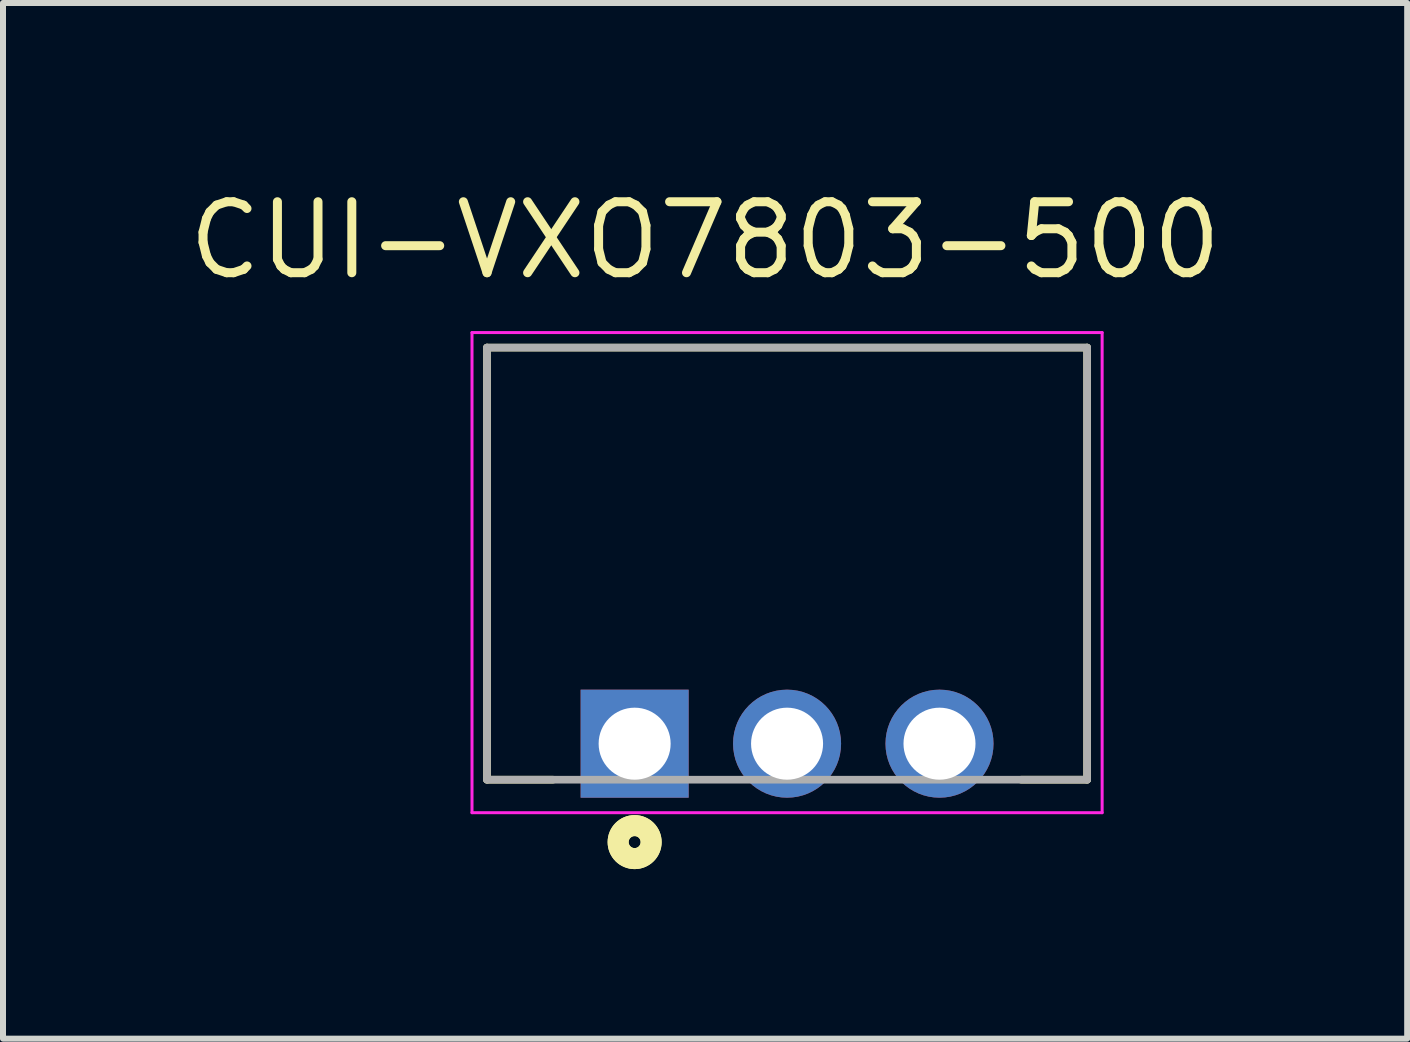
<source format=kicad_pcb>
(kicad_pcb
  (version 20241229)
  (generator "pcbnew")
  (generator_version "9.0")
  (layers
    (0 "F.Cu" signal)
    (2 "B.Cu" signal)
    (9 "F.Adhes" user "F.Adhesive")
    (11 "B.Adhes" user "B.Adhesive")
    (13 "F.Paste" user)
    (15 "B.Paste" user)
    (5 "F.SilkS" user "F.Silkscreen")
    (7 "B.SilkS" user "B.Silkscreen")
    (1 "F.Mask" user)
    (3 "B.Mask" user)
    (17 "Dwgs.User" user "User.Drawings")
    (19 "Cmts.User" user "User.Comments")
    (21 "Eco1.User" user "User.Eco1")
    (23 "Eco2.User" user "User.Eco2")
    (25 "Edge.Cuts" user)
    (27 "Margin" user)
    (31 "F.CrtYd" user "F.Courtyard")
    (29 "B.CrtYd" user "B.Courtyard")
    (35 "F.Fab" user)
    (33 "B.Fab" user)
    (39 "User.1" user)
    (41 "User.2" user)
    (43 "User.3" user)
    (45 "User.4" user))
  (footprint "CUI-VXO7803-500"
    (layer "F.Cu")
    (at 7.525 9.342)
    (property "Reference" "CUI-VXO7803-500" (at 1.174 -8.387 0) (layer "F.SilkS") (effects (font (size 1.183 1.183) (thickness 0.15))))
    (attr through_hole)
    (fp_line (start -2.46 -6.6) (end 7.54 -6.6) (stroke (width 0.127) (type solid)) (layer "F.SilkS"))
    (fp_line (start -2.46 0.6) (end -2.46 -6.6) (stroke (width 0.127) (type solid)) (layer "F.SilkS"))
    (fp_line (start -2.46 0.6) (end -1.36 0.6) (stroke (width 0.127) (type solid)) (layer "F.SilkS"))
    (fp_line (start 7.54 -6.6) (end 7.54 0.6) (stroke (width 0.127) (type solid)) (layer "F.SilkS"))
    (fp_line (start 7.54 0.6) (end 6.44 0.6) (stroke (width 0.127) (type solid)) (layer "F.SilkS"))
    (fp_circle (center 0 1.64) (end 0.1 1.64) (stroke (width 0.35) (type solid)) (fill no) (layer "F.SilkS"))
    (fp_circle (center 0 1.64) (end 0.1 1.64) (stroke (width 0.35) (type solid)) (fill no) (layer "F.SilkS"))
    (fp_line (start -2.71 -6.85) (end 7.79 -6.85) (stroke (width 0.05) (type solid)) (layer "F.CrtYd"))
    (fp_line (start -2.71 1.15) (end -2.71 -6.85) (stroke (width 0.05) (type solid)) (layer "F.CrtYd"))
    (fp_line (start 7.79 -6.85) (end 7.79 1.15) (stroke (width 0.05) (type solid)) (layer "F.CrtYd"))
    (fp_line (start 7.79 1.15) (end -2.71 1.15) (stroke (width 0.05) (type solid)) (layer "F.CrtYd"))
    (fp_line (start -2.46 -6.6) (end 7.54 -6.6) (stroke (width 0.127) (type solid)) (layer "F.Fab"))
    (fp_line (start -2.46 0.6) (end -2.46 -6.6) (stroke (width 0.127) (type solid)) (layer "F.Fab"))
    (fp_line (start 7.54 -6.6) (end 7.54 0.6) (stroke (width 0.127) (type solid)) (layer "F.Fab"))
    (fp_line (start 7.54 0.6) (end -2.46 0.6) (stroke (width 0.127) (type solid)) (layer "F.Fab"))
    (fp_circle (center 0 -0.011) (end 0.1 -0.011) (stroke (width 0.35) (type solid)) (fill no) (layer "F.Fab"))
    (pad "1" thru_hole rect (at 0 0) (size 1.8 1.8) (drill 1.2) (layers "*.Cu" "*.Mask"))
    (pad "2" thru_hole circle (at 2.54 0) (size 1.8 1.8) (drill 1.2) (layers "*.Cu" "*.Mask"))
    (pad "3" thru_hole circle (at 5.08 0) (size 1.8 1.8) (drill 1.2) (layers "*.Cu" "*.Mask")))
  (gr_rect
    (start -3 -3)
    (end 20.398 14.257)
    (stroke (width 0.1) (type default))
    (fill no)
    (layer "Edge.Cuts")))
</source>
